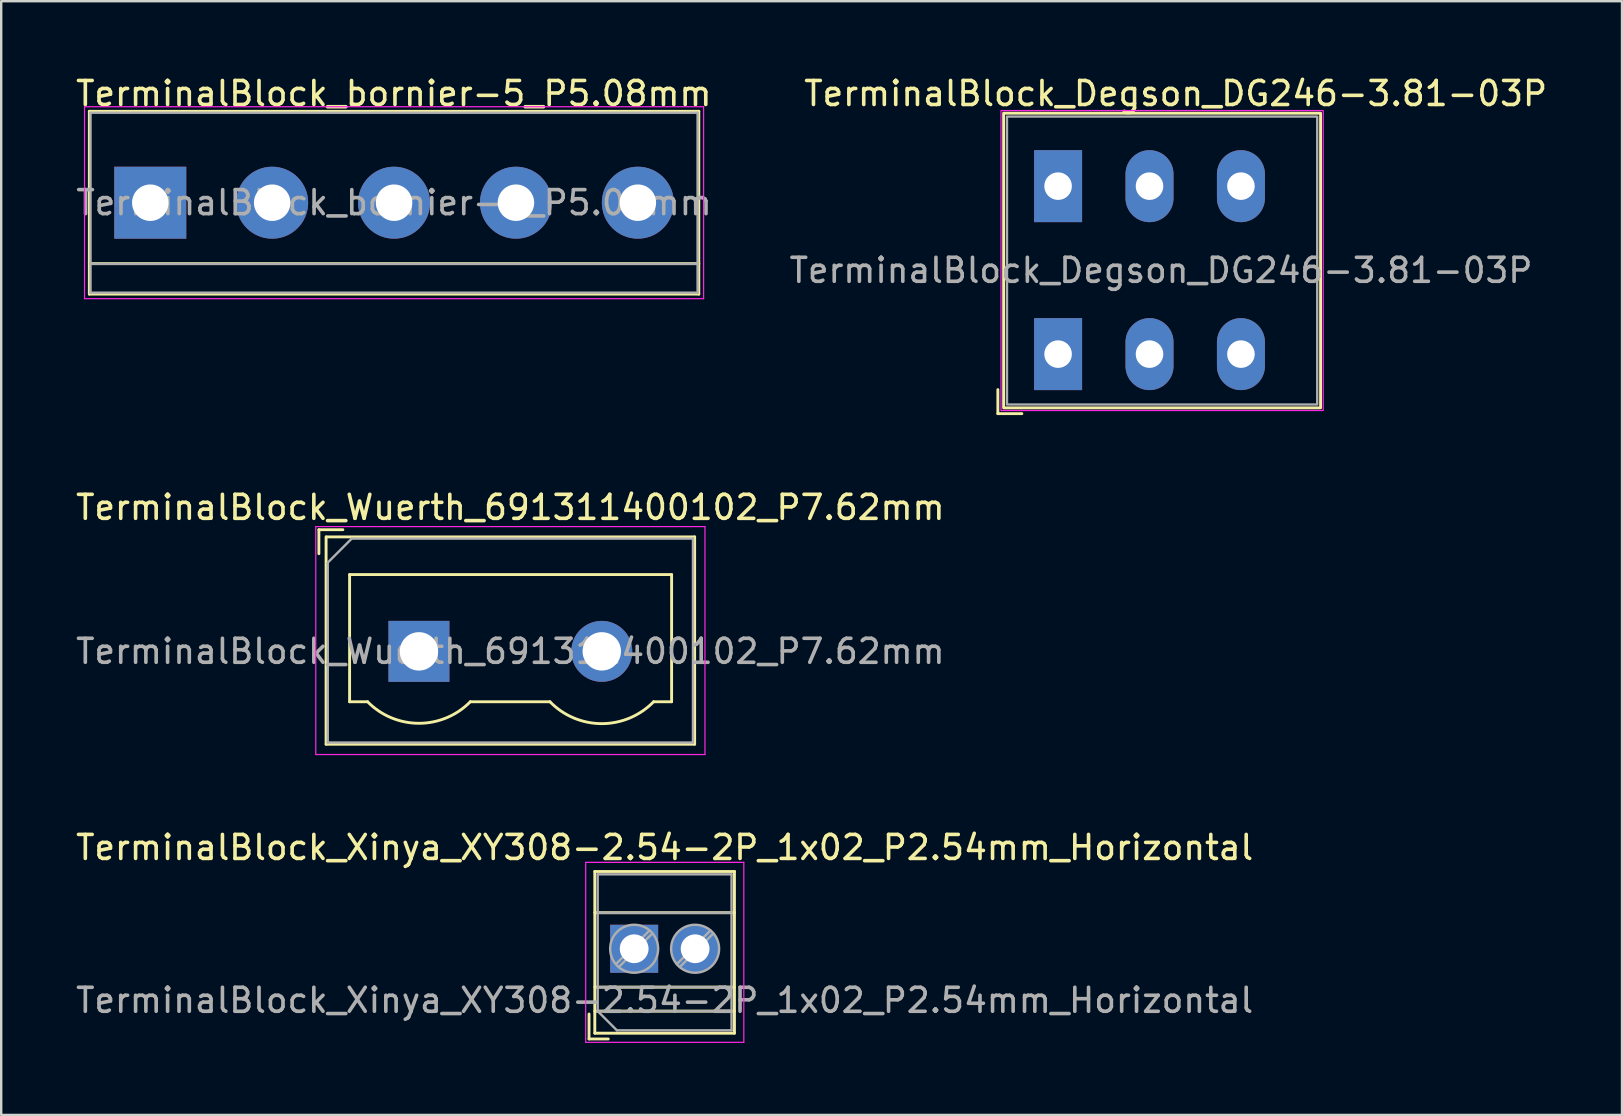
<source format=kicad_pcb>
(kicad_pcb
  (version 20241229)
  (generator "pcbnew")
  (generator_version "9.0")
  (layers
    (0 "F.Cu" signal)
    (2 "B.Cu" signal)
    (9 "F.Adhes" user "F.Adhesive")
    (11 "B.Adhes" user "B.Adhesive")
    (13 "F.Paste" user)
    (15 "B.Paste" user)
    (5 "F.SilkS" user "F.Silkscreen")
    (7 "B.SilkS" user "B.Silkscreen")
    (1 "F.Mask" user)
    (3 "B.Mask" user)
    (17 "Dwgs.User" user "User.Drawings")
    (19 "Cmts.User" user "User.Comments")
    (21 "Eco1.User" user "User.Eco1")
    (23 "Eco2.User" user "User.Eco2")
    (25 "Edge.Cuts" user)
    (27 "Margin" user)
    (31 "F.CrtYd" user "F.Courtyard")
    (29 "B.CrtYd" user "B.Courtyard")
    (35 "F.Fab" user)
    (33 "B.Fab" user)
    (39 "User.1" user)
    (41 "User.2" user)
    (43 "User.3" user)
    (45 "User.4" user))
  (footprint "TerminalBlock_Degson_DG246-3.81-03P"
    (layer "F.Cu")
    (at 41.047 4.708)
    (property "Reference" "TerminalBlock_Degson_DG246-3.81-03P" (at 4.9 -3.86 0) (layer "F.SilkS") (effects (font (size 1 1) (thickness 0.15))))
    (attr through_hole)
    (fp_line (start -2.51 8.48) (end -2.51 9.48) (stroke (width 0.12) (type solid)) (layer "F.SilkS"))
    (fp_line (start -2.51 9.48) (end -1.51 9.48) (stroke (width 0.12) (type solid)) (layer "F.SilkS"))
    (fp_rect (start -2.27 -3.04) (end 10.94 9.24) (stroke (width 0.12) (type default)) (fill no) (layer "F.SilkS"))
    (fp_rect (start -2.38 -3.15) (end 11.05 9.35) (stroke (width 0.05) (type default)) (fill no) (layer "F.CrtYd"))
    (fp_rect (start -2.13 -2.9) (end 10.8 9.1) (stroke (width 0.1) (type default)) (fill no) (layer "F.Fab"))
    (fp_text user "${REFERENCE}" (at 4.29 3.51 0) (layer "F.Fab") (effects (font (size 1 1) (thickness 0.15))))
    (pad "1" thru_hole rect (at 0 0) (size 2 3) (drill 1.15) (layers "*.Cu" "*.Mask"))
    (pad "1" thru_hole rect (at 0 7) (size 2 3) (drill 1.15) (layers "*.Cu" "*.Mask"))
    (pad "2" thru_hole oval (at 3.81 0) (size 2 3) (drill 1.15) (layers "*.Cu" "*.Mask"))
    (pad "2" thru_hole oval (at 3.81 7) (size 2 3) (drill 1.15) (layers "*.Cu" "*.Mask"))
    (pad "3" thru_hole oval (at 7.62 0) (size 2 3) (drill 1.15) (layers "*.Cu" "*.Mask"))
    (pad "3" thru_hole oval (at 7.62 7) (size 2 3) (drill 1.15) (layers "*.Cu" "*.Mask")))
  (footprint "TerminalBlock_Xinya_XY308-2.54-2P_1x02_P2.54mm_Horizontal"
    (layer "F.Cu")
    (at 23.379 36.49)
    (property "Reference" "TerminalBlock_Xinya_XY308-2.54-2P_1x02_P2.54mm_Horizontal" (at 1.27 -4.22 0) (layer "F.SilkS") (effects (font (size 1 1) (thickness 0.15))))
    (attr through_hole)
    (fp_line (start -1.88 2.72) (end -1.88 3.76) (stroke (width 0.12) (type solid)) (layer "F.SilkS"))
    (fp_line (start -1.88 3.76) (end -1.08 3.76) (stroke (width 0.12) (type solid)) (layer "F.SilkS"))
    (fp_line (start -1.64 -3.22) (end -1.64 3.52) (stroke (width 0.12) (type solid)) (layer "F.SilkS"))
    (fp_line (start -1.64 -3.22) (end 4.18 -3.22) (stroke (width 0.12) (type solid)) (layer "F.SilkS"))
    (fp_line (start -1.64 -1.501) (end 4.18 -1.501) (stroke (width 0.12) (type solid)) (layer "F.SilkS"))
    (fp_line (start -1.64 1.6) (end 4.18 1.6) (stroke (width 0.12) (type solid)) (layer "F.SilkS"))
    (fp_line (start -1.64 2.6) (end 4.18 2.6) (stroke (width 0.12) (type solid)) (layer "F.SilkS"))
    (fp_line (start -1.64 3.52) (end 4.18 3.52) (stroke (width 0.12) (type solid)) (layer "F.SilkS"))
    (fp_line (start 4.18 -3.22) (end 4.18 3.52) (stroke (width 0.12) (type solid)) (layer "F.SilkS"))
    (fp_line (start -2.02 -3.6) (end -2.02 3.9) (stroke (width 0.05) (type solid)) (layer "F.CrtYd"))
    (fp_line (start -2.02 3.9) (end 4.57 3.9) (stroke (width 0.05) (type solid)) (layer "F.CrtYd"))
    (fp_line (start 4.57 -3.6) (end -2.02 -3.6) (stroke (width 0.05) (type solid)) (layer "F.CrtYd"))
    (fp_line (start 4.57 3.9) (end 4.57 -3.6) (stroke (width 0.05) (type solid)) (layer "F.CrtYd"))
    (fp_line (start -1.52 -3.1) (end 4.06 -3.1) (stroke (width 0.1) (type solid)) (layer "F.Fab"))
    (fp_line (start -1.52 -1.5) (end 4.06 -1.5) (stroke (width 0.1) (type solid)) (layer "F.Fab"))
    (fp_line (start -1.52 1.6) (end 4.06 1.6) (stroke (width 0.1) (type solid)) (layer "F.Fab"))
    (fp_line (start -1.52 2.6) (end -1.52 -3.1) (stroke (width 0.1) (type solid)) (layer "F.Fab"))
    (fp_line (start -1.52 2.6) (end 4.06 2.6) (stroke (width 0.1) (type solid)) (layer "F.Fab"))
    (fp_line (start -0.72 3.4) (end -1.52 2.6) (stroke (width 0.1) (type solid)) (layer "F.Fab"))
    (fp_line (start 0.637 -0.759) (end -0.759 0.637) (stroke (width 0.1) (type solid)) (layer "F.Fab"))
    (fp_line (start 0.759 -0.637) (end -0.637 0.759) (stroke (width 0.1) (type solid)) (layer "F.Fab"))
    (fp_line (start 3.177 -0.759) (end 1.782 0.637) (stroke (width 0.1) (type solid)) (layer "F.Fab"))
    (fp_line (start 3.299 -0.637) (end 1.904 0.759) (stroke (width 0.1) (type solid)) (layer "F.Fab"))
    (fp_line (start 4.06 -3.1) (end 4.06 3.4) (stroke (width 0.1) (type solid)) (layer "F.Fab"))
    (fp_line (start 4.06 3.4) (end -0.72 3.4) (stroke (width 0.1) (type solid)) (layer "F.Fab"))
    (fp_circle (center 0 0) (end 1 0) (stroke (width 0.1) (type solid)) (fill no) (layer "F.Fab"))
    (fp_circle (center 2.54 0) (end 3.54 0) (stroke (width 0.1) (type solid)) (fill no) (layer "F.Fab"))
    (fp_text user "${REFERENCE}" (at 1.27 2.15 0) (layer "F.Fab") (effects (font (size 1 1) (thickness 0.15))))
    (pad "1" thru_hole rect (at 0 0) (size 2 2) (drill 1.2) (layers "*.Cu" "*.Mask"))
    (pad "2" thru_hole circle (at 2.54 0) (size 2 2) (drill 1.2) (layers "*.Cu" "*.Mask")))
  (footprint "TerminalBlock_Wuerth_691311400102_P7.62mm"
    (layer "F.Cu")
    (at 14.41 24.096)
    (property "Reference" "TerminalBlock_Wuerth_691311400102_P7.62mm" (at 3.81 -6 0) (layer "F.SilkS") (effects (font (size 1 1) (thickness 0.15))))
    (attr through_hole)
    (fp_line (start -4.17 -5.07) (end -4.17 -4.07) (stroke (width 0.12) (type solid)) (layer "F.SilkS"))
    (fp_line (start -4.17 -5.07) (end -3.17 -5.07) (stroke (width 0.12) (type solid)) (layer "F.SilkS"))
    (fp_line (start -3.87 3.87) (end -3.87 -4.77) (stroke (width 0.12) (type solid)) (layer "F.SilkS"))
    (fp_line (start -3.86 -4.77) (end 11.49 -4.77) (stroke (width 0.12) (type solid)) (layer "F.SilkS"))
    (fp_line (start -2.89 -3.2) (end -2.89 2.1) (stroke (width 0.12) (type solid)) (layer "F.SilkS"))
    (fp_line (start -2.89 2.1) (end -2.14 2.1) (stroke (width 0.12) (type solid)) (layer "F.SilkS"))
    (fp_line (start 2.14 2.1) (end 5.46 2.1) (stroke (width 0.12) (type solid)) (layer "F.SilkS"))
    (fp_line (start 9.78 2.1) (end 10.53 2.1) (stroke (width 0.12) (type solid)) (layer "F.SilkS"))
    (fp_line (start 10.53 -3.2) (end -2.89 -3.2) (stroke (width 0.12) (type solid)) (layer "F.SilkS"))
    (fp_line (start 10.53 2.1) (end 10.53 -3.2) (stroke (width 0.12) (type solid)) (layer "F.SilkS"))
    (fp_line (start 11.49 -4.77) (end 11.49 3.87) (stroke (width 0.12) (type solid)) (layer "F.SilkS"))
    (fp_line (start 11.49 3.87) (end -3.87 3.87) (stroke (width 0.12) (type solid)) (layer "F.SilkS"))
    (fp_arc (start 2.140696 2.099291) (mid 0.000497 2.998266) (end -2.14 2.1) (stroke (width 0.12) (type solid)) (layer "F.SilkS"))
    (fp_arc (start 9.779492 2.100522) (mid 7.619636 3.012573) (end 5.46 2.1) (stroke (width 0.12) (type solid)) (layer "F.SilkS"))
    (fp_line (start -4.3 -5.2) (end 11.92 -5.2) (stroke (width 0.05) (type solid)) (layer "F.CrtYd"))
    (fp_line (start -4.3 4.3) (end -4.3 -5.2) (stroke (width 0.05) (type solid)) (layer "F.CrtYd"))
    (fp_line (start 11.92 -5.2) (end 11.92 4.3) (stroke (width 0.05) (type solid)) (layer "F.CrtYd"))
    (fp_line (start 11.92 4.3) (end -4.3 4.3) (stroke (width 0.05) (type solid)) (layer "F.CrtYd"))
    (fp_line (start -3.8 -3.7) (end -2.8 -4.7) (stroke (width 0.1) (type solid)) (layer "F.Fab"))
    (fp_line (start -3.8 3.8) (end -3.8 -3.7) (stroke (width 0.1) (type solid)) (layer "F.Fab"))
    (fp_line (start -2.8 -4.7) (end 11.42 -4.7) (stroke (width 0.1) (type solid)) (layer "F.Fab"))
    (fp_line (start 11.42 -4.7) (end 11.42 3.8) (stroke (width 0.1) (type solid)) (layer "F.Fab"))
    (fp_line (start 11.42 3.8) (end -3.8 3.8) (stroke (width 0.1) (type solid)) (layer "F.Fab"))
    (fp_text user "${REFERENCE}" (at 3.81 0 0) (layer "F.Fab") (effects (font (size 1 1) (thickness 0.15))))
    (pad "1" thru_hole rect (at 0 0) (size 2.54 2.54) (drill 1.6) (layers "*.Cu" "*.Mask"))
    (pad "2" thru_hole circle (at 7.62 0) (size 2.54 2.54) (drill 1.6) (layers "*.Cu" "*.Mask")))
  (footprint "TerminalBlock_bornier-5_P5.08mm"
    (layer "F.Cu")
    (at 3.213 5.398)
    (property "Reference" "TerminalBlock_bornier-5_P5.08mm" (at 10.15 -4.55 0) (layer "F.SilkS") (effects (font (size 1 1) (thickness 0.15))))
    (attr through_hole)
    (fp_line (start -2.54 -3.81) (end -2.54 3.81) (stroke (width 0.12) (type solid)) (layer "F.SilkS"))
    (fp_line (start -2.54 -3.81) (end 22.86 -3.81) (stroke (width 0.12) (type solid)) (layer "F.SilkS"))
    (fp_line (start -2.54 2.54) (end 22.86 2.54) (stroke (width 0.12) (type solid)) (layer "F.SilkS"))
    (fp_line (start -2.54 3.81) (end 22.86 3.81) (stroke (width 0.12) (type solid)) (layer "F.SilkS"))
    (fp_line (start 22.86 -3.81) (end 22.86 3.81) (stroke (width 0.12) (type solid)) (layer "F.SilkS"))
    (fp_line (start -2.74 -4) (end -2.74 4) (stroke (width 0.05) (type solid)) (layer "F.CrtYd"))
    (fp_line (start -2.74 -4) (end 23.06 -4) (stroke (width 0.05) (type solid)) (layer "F.CrtYd"))
    (fp_line (start 23.06 4) (end -2.74 4) (stroke (width 0.05) (type solid)) (layer "F.CrtYd"))
    (fp_line (start 23.06 4) (end 23.06 -4) (stroke (width 0.05) (type solid)) (layer "F.CrtYd"))
    (fp_line (start -2.49 -3.75) (end -2.49 3.75) (stroke (width 0.1) (type solid)) (layer "F.Fab"))
    (fp_line (start -2.49 2.55) (end 22.81 2.55) (stroke (width 0.1) (type solid)) (layer "F.Fab"))
    (fp_line (start -2.49 3.75) (end 22.81 3.75) (stroke (width 0.1) (type solid)) (layer "F.Fab"))
    (fp_line (start 22.81 -3.75) (end -2.49 -3.75) (stroke (width 0.1) (type solid)) (layer "F.Fab"))
    (fp_line (start 22.81 3.75) (end 22.81 -3.75) (stroke (width 0.1) (type solid)) (layer "F.Fab"))
    (fp_text user "${REFERENCE}" (at 10.16 0 0) (layer "F.Fab") (effects (font (size 1 1) (thickness 0.15))))
    (pad "1" thru_hole rect (at 0 0) (size 3 3) (drill 1.52) (layers "*.Cu" "*.Mask"))
    (pad "2" thru_hole circle (at 5.08 0) (size 3 3) (drill 1.52) (layers "*.Cu" "*.Mask"))
    (pad "3" thru_hole circle (at 10.16 0) (size 3 3) (drill 1.52) (layers "*.Cu" "*.Mask"))
    (pad "4" thru_hole circle (at 15.24 0) (size 3 3) (drill 1.52) (layers "*.Cu" "*.Mask"))
    (pad "5" thru_hole circle (at 20.32 0) (size 3 3) (drill 1.52) (layers "*.Cu" "*.Mask")))
  (gr_rect
    (start -3 -3)
    (end 64.549 43.415)
    (stroke (width 0.1) (type default))
    (fill no)
    (layer "Edge.Cuts")))
</source>
